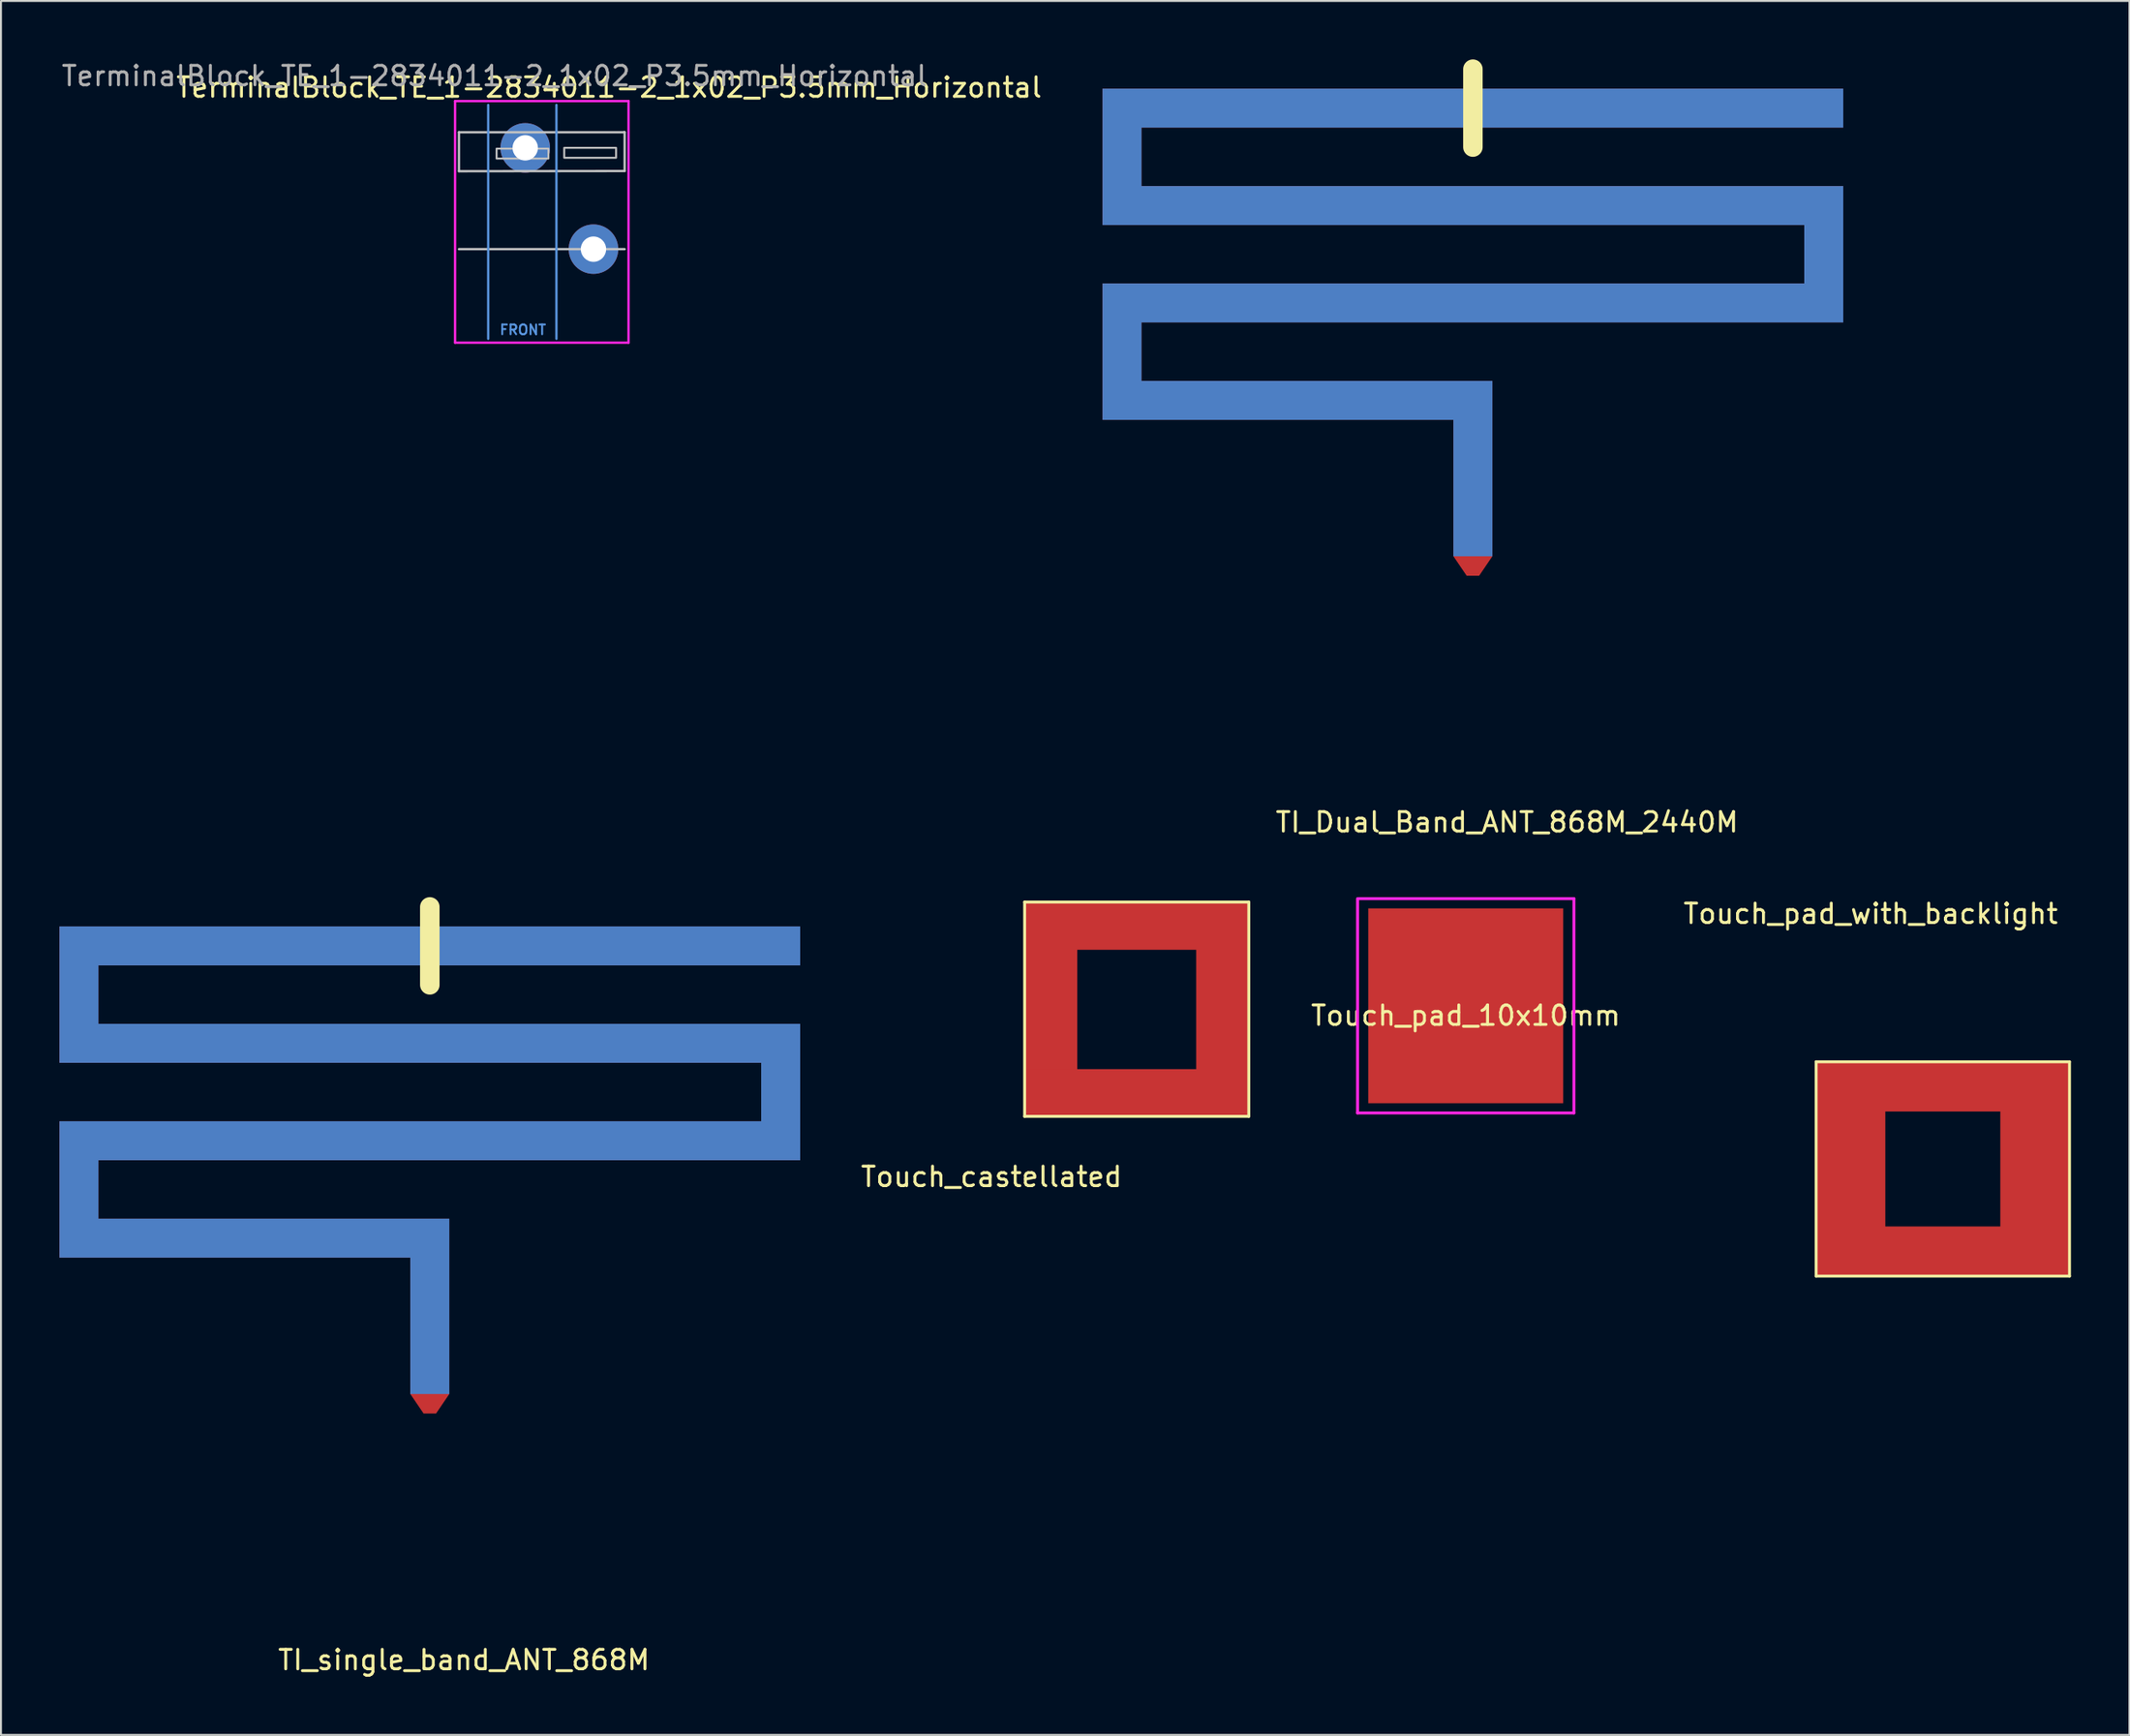
<source format=kicad_pcb>
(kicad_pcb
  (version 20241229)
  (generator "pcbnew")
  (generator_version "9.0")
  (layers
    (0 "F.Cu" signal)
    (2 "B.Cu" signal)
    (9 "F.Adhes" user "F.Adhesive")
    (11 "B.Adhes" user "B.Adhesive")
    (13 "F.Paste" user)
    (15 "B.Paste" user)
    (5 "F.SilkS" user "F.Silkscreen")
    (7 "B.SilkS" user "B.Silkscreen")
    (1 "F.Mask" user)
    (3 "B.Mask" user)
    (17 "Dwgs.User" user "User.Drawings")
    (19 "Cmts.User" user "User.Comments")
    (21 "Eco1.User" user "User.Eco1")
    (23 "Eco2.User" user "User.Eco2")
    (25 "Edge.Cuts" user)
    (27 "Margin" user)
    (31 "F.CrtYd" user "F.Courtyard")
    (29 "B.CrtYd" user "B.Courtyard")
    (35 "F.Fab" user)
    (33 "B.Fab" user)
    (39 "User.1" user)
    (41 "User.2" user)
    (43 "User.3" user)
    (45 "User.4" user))
  (footprint "Touch_pad_10x10mm"
    (layer "F.Cu")
    (at 72.144 48.573)
    (property "Reference" "Touch_pad_10x10mm" (at 0 0.5 0) (layer "F.SilkS") (effects (font (size 1 1) (thickness 0.15))))
    (attr through_hole)
    (fp_line (start -5.55 5.5) (end -5.55 -5.5) (stroke (width 0.15) (type solid)) (layer "F.CrtYd"))
    (fp_line (start -5.5 -5.5) (end 5.55 -5.5) (stroke (width 0.15) (type solid)) (layer "F.CrtYd"))
    (fp_line (start 5.55 -5.5) (end 5.55 5.5) (stroke (width 0.15) (type solid)) (layer "F.CrtYd"))
    (fp_line (start 5.55 5.5) (end -5.55 5.5) (stroke (width 0.15) (type solid)) (layer "F.CrtYd"))
    (pad "1" smd rect (at 0 0) (size 10 10) (layers "F.Cu" "F.Mask" "F.Paste")))
  (footprint "Touch_castellated"
    (layer "F.Cu")
    (at 49.515 43.248)
    (property "Reference" "Touch_castellated" (at -1.7 14.1 0) (layer "F.SilkS") (effects (font (size 1 1) (thickness 0.15))))
    (attr through_hole)
    (fp_line (start 0 0) (end 11.5 0) (stroke (width 0.15) (type solid)) (layer "F.SilkS"))
    (fp_line (start 0 11) (end 0 0) (stroke (width 0.15) (type solid)) (layer "F.SilkS"))
    (fp_line (start 11.5 0) (end 11.5 11) (stroke (width 0.15) (type solid)) (layer "F.SilkS"))
    (fp_line (start 11.5 11) (end 0 11) (stroke (width 0.15) (type solid)) (layer "F.SilkS"))
    (pad "1" smd rect (at 1.375 5.575) (size 2.65 7) (layers "F.Cu" "F.Mask" "F.Paste"))
    (pad "1" smd rect (at 5.75 1.25) (size 11.5 2.4) (layers "F.Cu" "F.Mask" "F.Paste"))
    (pad "1" smd rect (at 5.775 9.775) (size 11.5 2.4) (layers "F.Cu" "F.Mask" "F.Paste"))
    (pad "1" smd rect (at 10.125 5.75) (size 2.65 7) (layers "F.Cu" "F.Mask" "F.Paste")))
  (footprint "Touch_pad_with_backlight"
    (layer "F.Cu")
    (at 90.118 51.447)
    (property "Reference" "Touch_pad_with_backlight" (at 2.8 -7.6 0) (layer "F.SilkS") (effects (font (size 1 1) (thickness 0.15))))
    (attr through_hole)
    (fp_line (start 0 0) (end 13 0) (stroke (width 0.15) (type solid)) (layer "F.SilkS"))
    (fp_line (start 0 11) (end 0 0) (stroke (width 0.15) (type solid)) (layer "F.SilkS"))
    (fp_line (start 13 0) (end 13 11) (stroke (width 0.15) (type solid)) (layer "F.SilkS"))
    (fp_line (start 13 11) (end 0 11) (stroke (width 0.15) (type solid)) (layer "F.SilkS"))
    (pad "1" smd rect (at 1.8 5.5) (size 3.5 7) (layers "F.Cu" "F.Mask" "F.Paste"))
    (pad "1" smd rect (at 6.5 1.3) (size 13 2.5) (layers "F.Cu" "F.Mask" "F.Paste"))
    (pad "1" smd rect (at 6.5 9.7) (size 13 2.5) (layers "F.Cu" "F.Mask" "F.Paste"))
    (pad "1" smd rect (at 11.2 5.4) (size 3.5 7) (layers "F.Cu" "F.Mask" "F.Paste")))
  (footprint "TI_single_band_ANT_868M"
    (layer "F.Cu")
    (at 19 67.998)
    (property "Reference" "TI_single_band_ANT_868M" (at 1.75 14.15 0) (layer "F.SilkS") (effects (font (size 1 1) (thickness 0.15))))
    (attr through_hole)
    (fp_line (start 0 -24.5) (end 0 -20.5) (stroke (width 1) (type solid)) (layer "F.SilkS"))
    (pad "1" smd custom (at 0 0 180) (size 2 1) (layers "F.Cu") (options (anchor rect)) (primitives (gr_poly (pts (xy -1 -0.5) (xy -1 8.5) (xy 1 8.5) (xy 1 -0.5)) (width 0) (fill yes)) (gr_poly (pts (xy 1 8.5) (xy 19 8.5) (xy 19 6.5) (xy 1 6.5)) (width 0) (fill yes)) (gr_poly (pts (xy 19 8.5) (xy 19 11.5) (xy 17 11.5) (xy 17 8.5)) (width 0) (fill yes)) (gr_poly (pts (xy 19 11.5) (xy -19 11.5) (xy -19 13.5) (xy 19 13.5)) (width 0) (fill yes)) (gr_poly (pts (xy -1 -0.5) (xy -0.32 -1.5) (xy 0.32 -1.5) (xy 1 -0.5)) (width 0) (fill yes)) (gr_poly (pts (xy -17 13.5) (xy -17 16.5) (xy -19 16.5) (xy -19 13.5)) (width 0) (fill yes)) (gr_poly (pts (xy 19 16.5) (xy -19 16.5) (xy -19 18.5) (xy 19 18.5)) (width 0) (fill yes)) (gr_poly (pts (xy 19 18.5) (xy 19 21.5) (xy 17 21.5) (xy 17 18.5)) (width 0) (fill yes)) (gr_poly (pts (xy 19 21.5) (xy -19 21.5) (xy -19 23.5) (xy 19 23.5)) (width 0) (fill yes))))
    (pad "2" smd custom (at 0 0 180) (size 2 1) (layers "B.Cu") (options (anchor rect)) (primitives (gr_poly (pts (xy -1 -0.5) (xy -1 8.5) (xy 1 8.5) (xy 1 -0.5)) (width 0) (fill yes)) (gr_poly (pts (xy 1 8.5) (xy 19 8.5) (xy 19 6.5) (xy 1 6.5)) (width 0) (fill yes)) (gr_poly (pts (xy 19 8.5) (xy 19 11.5) (xy 17 11.5) (xy 17 8.5)) (width 0) (fill yes)) (gr_poly (pts (xy 19 11.5) (xy -19 11.5) (xy -19 13.5) (xy 19 13.5)) (width 0) (fill yes)) (gr_poly (pts (xy -17 13.5) (xy -17 16.5) (xy -19 16.5) (xy -19 13.5)) (width 0) (fill yes)) (gr_poly (pts (xy 19 16.5) (xy -19 16.5) (xy -19 18.5) (xy 19 18.5)) (width 0) (fill yes)) (gr_poly (pts (xy 19 18.5) (xy 19 21.5) (xy 17 21.5) (xy 17 18.5)) (width 0) (fill yes)) (gr_poly (pts (xy 19 21.5) (xy -19 21.5) (xy -19 23.5) (xy 19 23.5)) (width 0) (fill yes)))))
  (footprint "TerminalBlock_TE_1-2834011-2_1x02_P3.5mm_Horizontal"
    (layer "F.Cu")
    (at 27.395 9.738)
    (property "Reference" "TerminalBlock_TE_1-2834011-2_1x02_P3.5mm_Horizontal" (at 0.8 -8.3 0) (layer "F.SilkS") (effects (font (size 1 1) (thickness 0.15))))
    (attr through_hole)
    (fp_line (start -6.9 -7.4) (end -6.9 4.6) (stroke (width 0.12) (type solid)) (layer "B.Paste"))
    (fp_line (start -6.9 4.6) (end 1.6 4.6) (stroke (width 0.12) (type solid)) (layer "B.Paste"))
    (fp_line (start 1.6 -7.4) (end -6.9 -7.4) (stroke (width 0.12) (type solid)) (layer "B.Paste"))
    (fp_line (start 1.6 4.6) (end 1.6 -7.4) (stroke (width 0.12) (type solid)) (layer "B.Paste"))
    (fp_line (start -6.9 -6) (end 1.57 -6) (stroke (width 0.12) (type solid)) (layer "Dwgs.User"))
    (fp_line (start -6.9 -4) (end -6.9 -6) (stroke (width 0.12) (type solid)) (layer "Dwgs.User"))
    (fp_line (start -6.9 0) (end 1.6 0) (stroke (width 0.12) (type solid)) (layer "Dwgs.User"))
    (fp_line (start 1.57 -6) (end 1.6 -6) (stroke (width 0.12) (type solid)) (layer "Dwgs.User"))
    (fp_line (start 1.6 -6) (end 1.6 -4.01) (stroke (width 0.12) (type solid)) (layer "Dwgs.User"))
    (fp_line (start 1.6 -4.01) (end -6.9 -4) (stroke (width 0.12) (type solid)) (layer "Dwgs.User"))
    (fp_poly (pts (xy -2.31 -4.65) (xy -4.97 -4.65) (xy -4.97 -5.16) (xy -2.31 -5.16)) (stroke (width 0.1) (type solid)) (fill no) (layer "Dwgs.User"))
    (fp_poly (pts (xy 1.16 -4.69) (xy -1.5 -4.69) (xy -1.5 -5.2) (xy 1.16 -5.2)) (stroke (width 0.1) (type solid)) (fill no) (layer "Dwgs.User"))
    (fp_line (start -5.4 4.6) (end -5.4 -7.4) (stroke (width 0.12) (type solid)) (layer "Cmts.User"))
    (fp_line (start -1.9 4.6) (end -1.9 -7.4) (stroke (width 0.12) (type solid)) (layer "Cmts.User"))
    (fp_line (start -7.1 -7.6) (end 1.8 -7.6) (stroke (width 0.12) (type solid)) (layer "F.CrtYd"))
    (fp_line (start -7.1 4.8) (end -7.1 -7.6) (stroke (width 0.12) (type solid)) (layer "F.CrtYd"))
    (fp_line (start 1.8 -7.6) (end 1.8 4.8) (stroke (width 0.12) (type solid)) (layer "F.CrtYd"))
    (fp_line (start 1.8 4.8) (end -7.1 4.8) (stroke (width 0.12) (type solid)) (layer "F.CrtYd"))
    (fp_text user "FRONT" (at -3.62 4.14 0) (layer "Cmts.User") (effects (font (size 0.5 0.5) (thickness 0.1))))
    (fp_text user "${REFERENCE}" (at -5.08 -8.89 0) (layer "F.Fab") (effects (font (size 1 1) (thickness 0.15))))
    (pad "1" thru_hole circle (at 0 0) (size 2.54 2.54) (drill 1.3) (layers "*.Cu" "*.Mask"))
    (pad "2" thru_hole circle (at -3.5 -5.2) (size 2.54 2.54) (drill 1.3) (layers "*.Cu" "*.Mask")))
  (footprint "TI_Dual_Band_ANT_868M_2440M"
    (layer "F.Cu")
    (at 72.511 25)
    (property "Reference" "TI_Dual_Band_ANT_868M_2440M" (at 1.75 14.15 0) (layer "F.SilkS") (effects (font (size 1 1) (thickness 0.15))))
    (attr through_hole)
    (fp_line (start 0 -24.5) (end 0 -20.5) (stroke (width 1) (type solid)) (layer "F.SilkS"))
    (pad "1" smd custom (at 0 0 180) (size 2 1) (layers "F.Cu") (options (anchor rect)) (primitives (gr_poly (pts (xy -1 -0.5) (xy -1 8.5) (xy 1 8.5) (xy 1 -0.5)) (width 0) (fill yes)) (gr_poly (pts (xy 1 8.5) (xy 19 8.5) (xy 19 6.5) (xy 1 6.5)) (width 0) (fill yes)) (gr_poly (pts (xy 19 8.5) (xy 19 11.5) (xy 17 11.5) (xy 17 8.5)) (width 0) (fill yes)) (gr_poly (pts (xy 19 11.5) (xy -19 11.5) (xy -19 13.5) (xy 19 13.5)) (width 0) (fill yes)) (gr_poly (pts (xy -1 -0.5) (xy -0.32 -1.5) (xy 0.32 -1.5) (xy 1 -0.5)) (width 0) (fill yes)) (gr_poly (pts (xy -17 13.5) (xy -17 16.5) (xy -19 16.5) (xy -19 13.5)) (width 0) (fill yes)) (gr_poly (pts (xy 19 16.5) (xy -19 16.5) (xy -19 18.5) (xy 19 18.5)) (width 0) (fill yes)) (gr_poly (pts (xy 19 18.5) (xy 19 21.5) (xy 17 21.5) (xy 17 18.5)) (width 0) (fill yes)) (gr_poly (pts (xy 19 21.5) (xy -19 21.5) (xy -19 23.5) (xy 19 23.5)) (width 0) (fill yes))))
    (pad "2" smd custom (at 0 0 180) (size 2 1) (layers "B.Cu") (options (anchor rect)) (primitives (gr_poly (pts (xy -1 -0.5) (xy -1 8.5) (xy 1 8.5) (xy 1 -0.5)) (width 0) (fill yes)) (gr_poly (pts (xy 1 8.5) (xy 19 8.5) (xy 19 6.5) (xy 1 6.5)) (width 0) (fill yes)) (gr_poly (pts (xy 19 8.5) (xy 19 11.5) (xy 17 11.5) (xy 17 8.5)) (width 0) (fill yes)) (gr_poly (pts (xy 19 11.5) (xy -19 11.5) (xy -19 13.5) (xy 19 13.5)) (width 0) (fill yes)) (gr_poly (pts (xy -17 13.5) (xy -17 16.5) (xy -19 16.5) (xy -19 13.5)) (width 0) (fill yes)) (gr_poly (pts (xy 19 16.5) (xy -19 16.5) (xy -19 18.5) (xy 19 18.5)) (width 0) (fill yes)) (gr_poly (pts (xy 19 18.5) (xy 19 21.5) (xy 17 21.5) (xy 17 18.5)) (width 0) (fill yes)) (gr_poly (pts (xy 19 21.5) (xy -19 21.5) (xy -19 23.5) (xy 19 23.5)) (width 0) (fill yes)))))
  (gr_rect
    (start -3 -3)
    (end 106.193 85.996)
    (stroke (width 0.1) (type default))
    (fill no)
    (layer "Edge.Cuts")))
</source>
